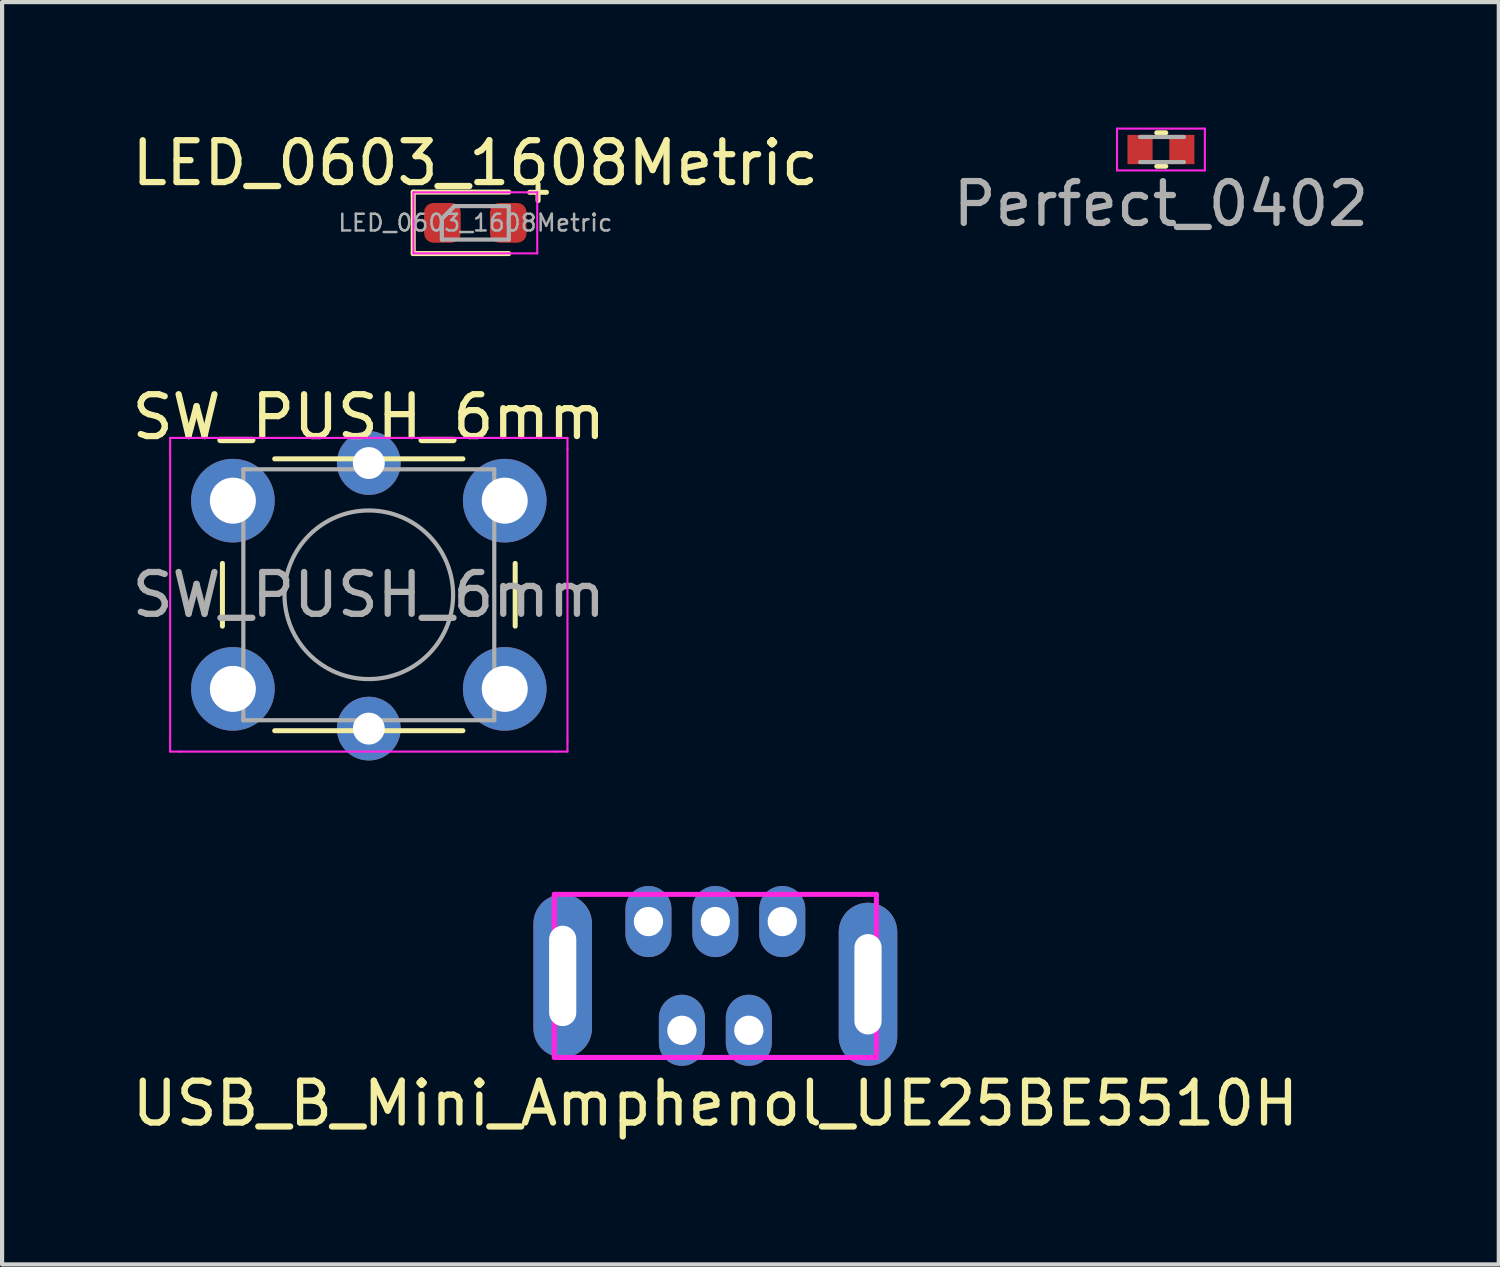
<source format=kicad_pcb>
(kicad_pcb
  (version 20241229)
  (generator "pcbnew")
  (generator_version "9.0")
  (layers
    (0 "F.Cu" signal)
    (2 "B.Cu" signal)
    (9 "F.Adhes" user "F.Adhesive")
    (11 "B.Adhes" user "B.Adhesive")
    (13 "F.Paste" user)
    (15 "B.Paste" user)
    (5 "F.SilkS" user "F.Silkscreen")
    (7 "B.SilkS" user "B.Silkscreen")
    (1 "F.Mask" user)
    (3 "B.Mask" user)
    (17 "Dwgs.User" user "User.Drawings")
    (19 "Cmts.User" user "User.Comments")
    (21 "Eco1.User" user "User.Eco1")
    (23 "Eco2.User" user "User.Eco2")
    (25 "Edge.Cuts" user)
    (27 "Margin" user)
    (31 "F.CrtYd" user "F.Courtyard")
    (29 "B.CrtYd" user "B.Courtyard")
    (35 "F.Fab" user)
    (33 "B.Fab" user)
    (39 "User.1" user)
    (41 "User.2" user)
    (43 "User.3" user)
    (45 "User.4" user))
  (footprint "USB_B_Mini_Amphenol_UE25BE5510H"
    (layer "F.Cu")
    (at 14.054 20.284)
    (property "Reference" "USB_B_Mini_Amphenol_UE25BE5510H" (at 0 3.05 0) (layer "F.SilkS") (effects (font (size 1 1) (thickness 0.15))))
    (attr through_hole)
    (fp_line (start -3.85 -1.95) (end -3.85 1.95) (stroke (width 0.12) (type solid)) (layer "F.CrtYd"))
    (fp_line (start -3.85 1.95) (end 3.85 1.95) (stroke (width 0.12) (type solid)) (layer "F.CrtYd"))
    (fp_line (start 3.85 -1.95) (end -3.85 -1.95) (stroke (width 0.12) (type solid)) (layer "F.CrtYd"))
    (fp_line (start 3.85 1.95) (end 3.85 -1.95) (stroke (width 0.12) (type solid)) (layer "F.CrtYd"))
    (pad "1" thru_hole oval (at 1.6 -1.3) (size 1.1 1.7) (drill 0.7) (layers "*.Cu" "*.Mask"))
    (pad "2" thru_hole oval (at 0.8 1.3) (size 1.1 1.7) (drill 0.7) (layers "*.Cu" "*.Mask"))
    (pad "3" thru_hole oval (at 0 -1.3) (size 1.1 1.7) (drill 0.7) (layers "*.Cu" "*.Mask"))
    (pad "4" thru_hole oval (at -0.8 1.3) (size 1.1 1.7) (drill 0.7) (layers "*.Cu" "*.Mask"))
    (pad "5" thru_hole oval (at -1.6 -1.3) (size 1.1 1.7) (drill 0.7) (layers "*.Cu" "*.Mask"))
    (pad "6" thru_hole oval (at -3.65 0) (size 1.4 3.9) (drill oval 0.65 2.4) (layers "*.Cu" "*.Mask"))
    (pad "6" thru_hole oval (at 3.65 0.2) (size 1.4 3.9) (drill oval 0.65 2.4) (layers "*.Cu" "*.Mask")))
  (footprint "LED_0603_1608Metric"
    (layer "F.Cu")
    (at 8.315 2.278)
    (property "Reference" "LED_0603_1608Metric" (at 0 -1.43 0) (layer "F.SilkS") (effects (font (size 1 1) (thickness 0.15))))
    (attr smd)
    (fp_line (start -1.485 -0.735) (end -1.485 0.735) (stroke (width 0.12) (type solid)) (layer "F.SilkS"))
    (fp_line (start -1.485 0.735) (end 0.8 0.735) (stroke (width 0.12) (type solid)) (layer "F.SilkS"))
    (fp_line (start 0.8 -0.735) (end -1.485 -0.735) (stroke (width 0.12) (type solid)) (layer "F.SilkS"))
    (fp_line (start 1.3 -0.73) (end 1.7 -0.73) (stroke (width 0.12) (type solid)) (layer "F.SilkS"))
    (fp_line (start 1.5 -0.93) (end 1.5 -0.53) (stroke (width 0.12) (type solid)) (layer "F.SilkS"))
    (fp_line (start -1.48 -0.73) (end 1.48 -0.73) (stroke (width 0.05) (type solid)) (layer "F.CrtYd"))
    (fp_line (start -1.48 0.73) (end -1.48 -0.73) (stroke (width 0.05) (type solid)) (layer "F.CrtYd"))
    (fp_line (start 1.48 -0.73) (end 1.48 0.73) (stroke (width 0.05) (type solid)) (layer "F.CrtYd"))
    (fp_line (start 1.48 0.73) (end -1.48 0.73) (stroke (width 0.05) (type solid)) (layer "F.CrtYd"))
    (fp_line (start -0.8 -0.1) (end -0.8 0.4) (stroke (width 0.1) (type solid)) (layer "F.Fab"))
    (fp_line (start -0.8 0.4) (end 0.8 0.4) (stroke (width 0.1) (type solid)) (layer "F.Fab"))
    (fp_line (start -0.5 -0.4) (end -0.8 -0.1) (stroke (width 0.1) (type solid)) (layer "F.Fab"))
    (fp_line (start 0.8 -0.4) (end -0.5 -0.4) (stroke (width 0.1) (type solid)) (layer "F.Fab"))
    (fp_line (start 0.8 0.4) (end 0.8 -0.4) (stroke (width 0.1) (type solid)) (layer "F.Fab"))
    (fp_text user "${REFERENCE}" (at 0 0 0) (layer "F.Fab") (effects (font (size 0.4 0.4) (thickness 0.06))))
    (pad "1" smd roundrect (at -0.787 0) (size 0.875 0.95) (layers "F.Cu" "F.Mask" "F.Paste") (roundrect_rratio 0.25))
    (pad "2" smd roundrect (at 0.787 0) (size 0.875 0.95) (layers "F.Cu" "F.Mask" "F.Paste") (roundrect_rratio 0.25)))
  (footprint "Perfect_0402"
    (layer "F.Cu")
    (at 24.708 0.525)
    (property "Reference" "Perfect_0402" (at 0 1.3 0) (layer "F.Fab") (effects (font (size 1 1) (thickness 0.15))))
    (attr smd)
    (fp_line (start -0.1 -0.4) (end 0.116 -0.4) (stroke (width 0.12) (type solid)) (layer "F.SilkS"))
    (fp_line (start -0.1 0.4) (end 0.116 0.4) (stroke (width 0.12) (type solid)) (layer "F.SilkS"))
    (fp_line (start -1.05 -0.5) (end -1.05 0.5) (stroke (width 0.05) (type solid)) (layer "F.CrtYd"))
    (fp_line (start -1.05 -0.5) (end 1.05 -0.5) (stroke (width 0.05) (type solid)) (layer "F.CrtYd"))
    (fp_line (start 1.05 -0.5) (end 1.05 0.5) (stroke (width 0.05) (type solid)) (layer "F.CrtYd"))
    (fp_line (start 1.05 0.5) (end -1.05 0.5) (stroke (width 0.05) (type solid)) (layer "F.CrtYd"))
    (fp_line (start -0.5 -0.3) (end 0.55 -0.3) (stroke (width 0.1) (type solid)) (layer "F.Fab"))
    (fp_line (start -0.5 0.3) (end 0.55 0.3) (stroke (width 0.1) (type solid)) (layer "F.Fab"))
    (pad "1" smd rect (at -0.5 0) (size 0.6 0.7) (layers "F.Cu" "F.Mask" "F.Paste"))
    (pad "2" smd rect (at 0.5 0) (size 0.6 0.7) (layers "F.Cu" "F.Mask" "F.Paste")))
  (footprint "SW_PUSH_6mm"
    (layer "F.Cu")
    (at 2.518 8.921)
    (property "Reference" "SW_PUSH_6mm" (at 3.25 -2 0) (layer "F.SilkS") (effects (font (size 1 1) (thickness 0.15))))
    (attr through_hole)
    (fp_line (start -0.25 1.5) (end -0.25 3) (stroke (width 0.12) (type solid)) (layer "F.SilkS"))
    (fp_line (start 1 5.5) (end 5.5 5.5) (stroke (width 0.12) (type solid)) (layer "F.SilkS"))
    (fp_line (start 5.5 -1) (end 1 -1) (stroke (width 0.12) (type solid)) (layer "F.SilkS"))
    (fp_line (start 6.75 3) (end 6.75 1.5) (stroke (width 0.12) (type solid)) (layer "F.SilkS"))
    (fp_line (start -1.5 -1.5) (end -1.25 -1.5) (stroke (width 0.05) (type solid)) (layer "F.CrtYd"))
    (fp_line (start -1.5 -1.25) (end -1.5 -1.5) (stroke (width 0.05) (type solid)) (layer "F.CrtYd"))
    (fp_line (start -1.5 5.75) (end -1.5 -1.25) (stroke (width 0.05) (type solid)) (layer "F.CrtYd"))
    (fp_line (start -1.5 5.75) (end -1.5 6) (stroke (width 0.05) (type solid)) (layer "F.CrtYd"))
    (fp_line (start -1.5 6) (end -1.25 6) (stroke (width 0.05) (type solid)) (layer "F.CrtYd"))
    (fp_line (start -1.25 -1.5) (end 7.75 -1.5) (stroke (width 0.05) (type solid)) (layer "F.CrtYd"))
    (fp_line (start 7.75 -1.5) (end 8 -1.5) (stroke (width 0.05) (type solid)) (layer "F.CrtYd"))
    (fp_line (start 7.75 6) (end -1.25 6) (stroke (width 0.05) (type solid)) (layer "F.CrtYd"))
    (fp_line (start 7.75 6) (end 8 6) (stroke (width 0.05) (type solid)) (layer "F.CrtYd"))
    (fp_line (start 8 -1.5) (end 8 -1.25) (stroke (width 0.05) (type solid)) (layer "F.CrtYd"))
    (fp_line (start 8 -1.25) (end 8 5.75) (stroke (width 0.05) (type solid)) (layer "F.CrtYd"))
    (fp_line (start 8 6) (end 8 5.75) (stroke (width 0.05) (type solid)) (layer "F.CrtYd"))
    (fp_line (start 0.25 -0.75) (end 3.25 -0.75) (stroke (width 0.1) (type solid)) (layer "F.Fab"))
    (fp_line (start 0.25 5.25) (end 0.25 -0.75) (stroke (width 0.1) (type solid)) (layer "F.Fab"))
    (fp_line (start 3.25 -0.75) (end 6.25 -0.75) (stroke (width 0.1) (type solid)) (layer "F.Fab"))
    (fp_line (start 6.25 -0.75) (end 6.25 5.25) (stroke (width 0.1) (type solid)) (layer "F.Fab"))
    (fp_line (start 6.25 5.25) (end 0.25 5.25) (stroke (width 0.1) (type solid)) (layer "F.Fab"))
    (fp_circle (center 3.25 2.25) (end 1.25 2.5) (stroke (width 0.1) (type solid)) (fill no) (layer "F.Fab"))
    (fp_text user "${REFERENCE}" (at 3.25 2.25 0) (layer "F.Fab") (effects (font (size 1 1) (thickness 0.15))))
    (pad "1" thru_hole circle (at 0 0 90) (size 2 2) (drill 1.1) (layers "*.Cu" "*.Mask"))
    (pad "1" thru_hole circle (at 6.5 0 90) (size 2 2) (drill 1.1) (layers "*.Cu" "*.Mask"))
    (pad "2" thru_hole circle (at 0 4.5 90) (size 2 2) (drill 1.1) (layers "*.Cu" "*.Mask"))
    (pad "2" thru_hole circle (at 6.5 4.5 90) (size 2 2) (drill 1.1) (layers "*.Cu" "*.Mask"))
    (pad "3" thru_hole circle (at 3.25 -0.9) (size 1.524 1.524) (drill 0.762) (layers "*.Cu" "*.Mask"))
    (pad "4" thru_hole circle (at 3.25 5.45) (size 1.524 1.524) (drill 0.762) (layers "*.Cu" "*.Mask")))
  (gr_rect
    (start -3 -3)
    (end 32.786 27.182)
    (stroke (width 0.1) (type default))
    (fill no)
    (layer "Edge.Cuts")))
</source>
